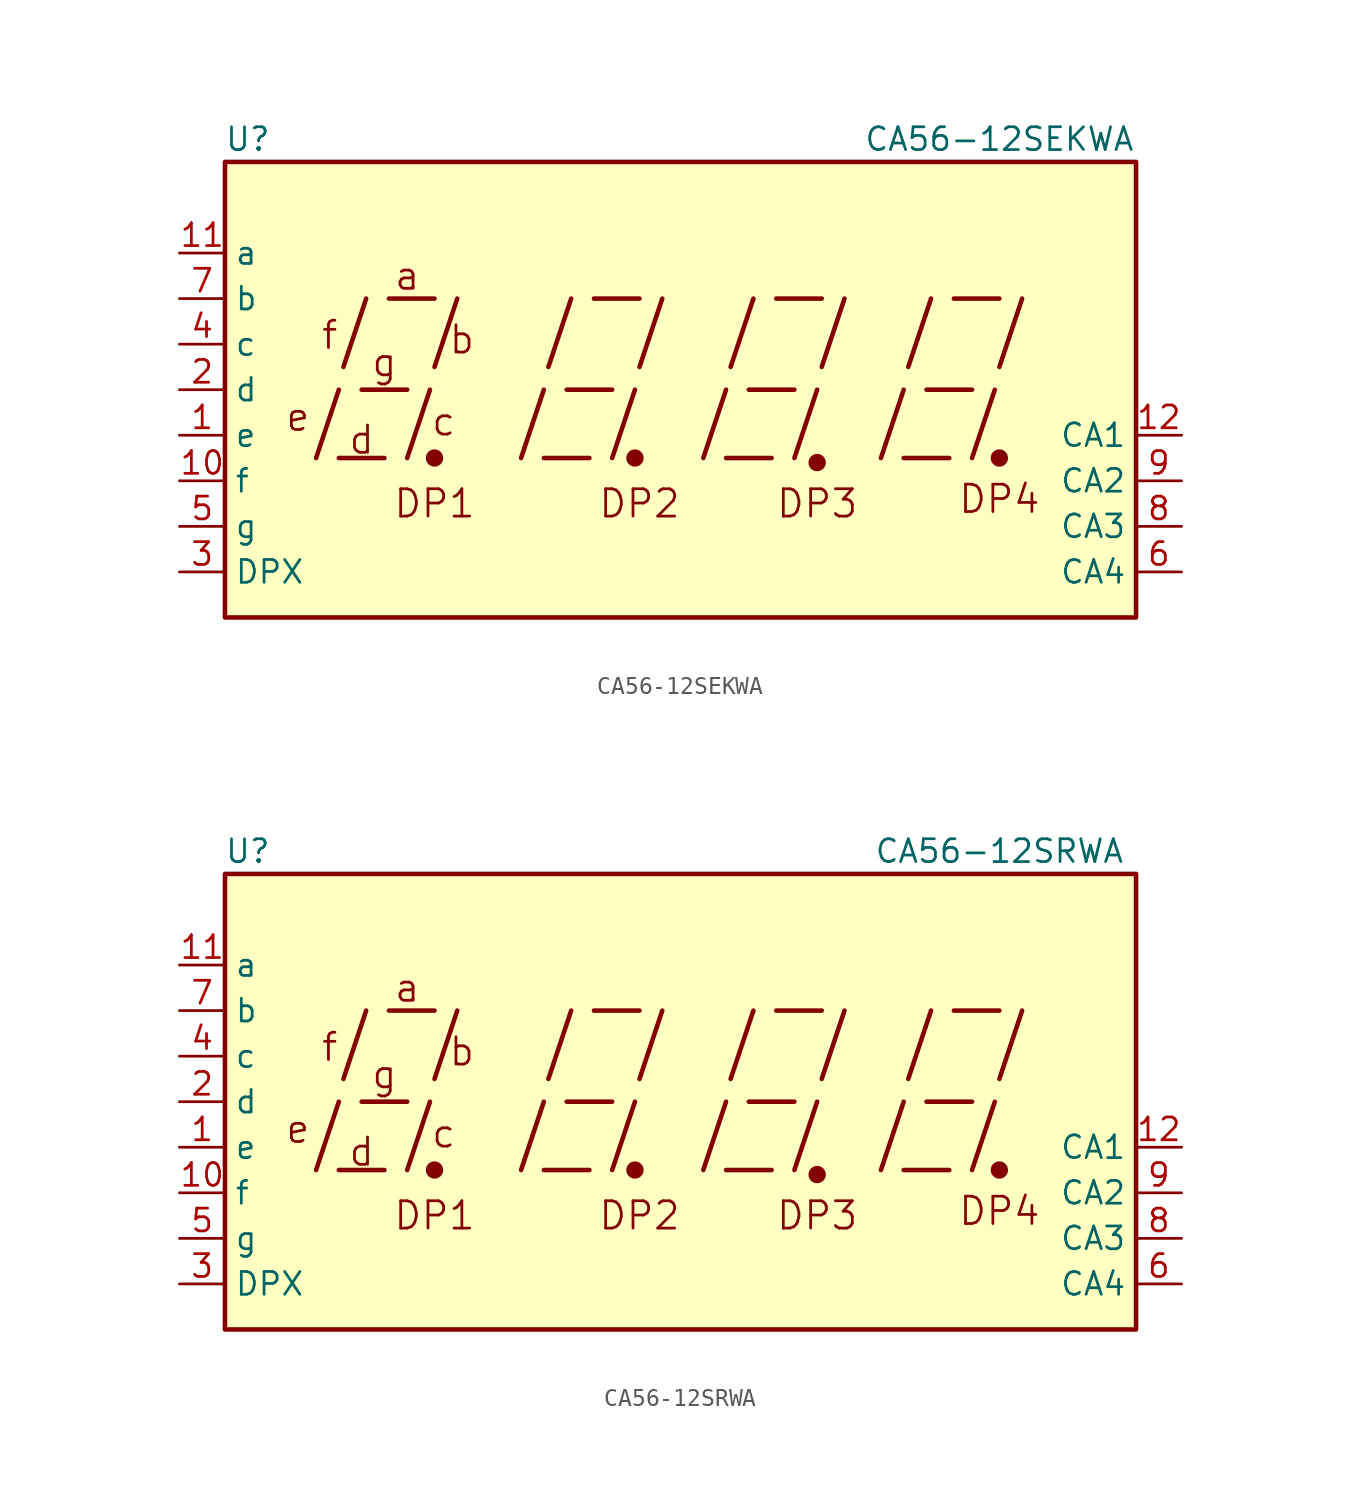
<source format=kicad_sym>
(kicad_symbol_lib
  (version 20200908)
  (generator kicad_symbol_editor)
  (symbol "Display_Character:CA56-12SEKWA"
    (property "Reference" "U"
      (at -24.13 13.97 0)
      (effects (font (size 1.27 1.27))))
    (property "Value" "CA56-12SEKWA"
      (at 17.78 13.97 0)
      (effects (font (size 1.27 1.27))))
    (symbol "CA56-12SEKWA_1_0"
      (circle (center 7.62 -4.064) (radius 0.356) (stroke (width 0.254)) (fill (type outline)))
      (circle (center 17.78 -3.81) (radius 0.356) (stroke (width 0.254)) (fill (type outline))))
    (symbol "CA56-12SEKWA_0_1"
      (circle (center -13.716 -3.81) (radius 0.356) (stroke (width 0.254)) (fill (type outline)))
      (circle (center -2.54 -3.81) (radius 0.356) (stroke (width 0.254)) (fill (type outline))))
    (symbol "CA56-12SEKWA_0_0"
      (text "a" (at -15.24 6.35 0) (effects (font (size 1.524 1.524))))
      (text "b" (at -12.192 2.794 0) (effects (font (size 1.524 1.524))))
      (text "c" (at -13.208 -1.778 0) (effects (font (size 1.524 1.524))))
      (text "d" (at -17.78 -2.794 0) (effects (font (size 1.524 1.524))))
      (text "DP1" (at -13.716 -6.35 0) (effects (font (size 1.524 1.524))))
      (text "DP2" (at -2.286 -6.35 0) (effects (font (size 1.524 1.524))))
      (text "DP3" (at 7.62 -6.35 0) (effects (font (size 1.524 1.524))))
      (text "DP4" (at 17.78 -6.096 0) (effects (font (size 1.524 1.524))))
      (text "e" (at -21.336 -1.524 0) (effects (font (size 1.524 1.524))))
      (text "f" (at -19.558 3.048 0) (effects (font (size 1.524 1.524))))
      (text "g" (at -16.51 1.524 0) (effects (font (size 1.524 1.524))))
      (rectangle (start -25.4 12.7) (end 25.4 -12.7) (stroke (width 0.254)) (fill (type background)))
      (polyline (pts (xy -20.32 -3.81) (xy -19.05 0)) (stroke (width 0.254)) (fill (type none)))
      (polyline (pts (xy -19.05 -3.81) (xy -16.51 -3.81)) (stroke (width 0.254)) (fill (type none)))
      (polyline (pts (xy -18.796 1.27) (xy -17.526 5.08)) (stroke (width 0.254)) (fill (type none)))
      (polyline (pts (xy -17.78 0) (xy -15.24 0)) (stroke (width 0.254)) (fill (type none)))
      (polyline (pts (xy -16.256 5.08) (xy -13.716 5.08)) (stroke (width 0.254)) (fill (type none)))
      (polyline (pts (xy -15.24 -3.81) (xy -13.97 0)) (stroke (width 0.254)) (fill (type none)))
      (polyline (pts (xy -13.716 1.27) (xy -12.446 5.08)) (stroke (width 0.254)) (fill (type none)))
      (polyline (pts (xy -8.89 -3.81) (xy -7.62 0)) (stroke (width 0.254)) (fill (type none)))
      (polyline (pts (xy -7.62 -3.81) (xy -5.08 -3.81)) (stroke (width 0.254)) (fill (type none)))
      (polyline (pts (xy -7.366 1.27) (xy -6.096 5.08)) (stroke (width 0.254)) (fill (type none)))
      (polyline (pts (xy -6.35 0) (xy -3.81 0)) (stroke (width 0.254)) (fill (type none)))
      (polyline (pts (xy -4.826 5.08) (xy -2.286 5.08)) (stroke (width 0.254)) (fill (type none)))
      (polyline (pts (xy -3.81 -3.81) (xy -2.54 0)) (stroke (width 0.254)) (fill (type none)))
      (polyline (pts (xy -2.286 1.27) (xy -1.016 5.08)) (stroke (width 0.254)) (fill (type none)))
      (polyline (pts (xy 1.27 -3.81) (xy 2.54 0)) (stroke (width 0.254)) (fill (type none)))
      (polyline (pts (xy 2.54 -3.81) (xy 5.08 -3.81)) (stroke (width 0.254)) (fill (type none)))
      (polyline (pts (xy 2.794 1.27) (xy 4.064 5.08)) (stroke (width 0.254)) (fill (type none)))
      (polyline (pts (xy 3.81 0) (xy 6.35 0)) (stroke (width 0.254)) (fill (type none)))
      (polyline (pts (xy 5.334 5.08) (xy 7.874 5.08)) (stroke (width 0.254)) (fill (type none)))
      (polyline (pts (xy 6.35 -3.81) (xy 7.62 0)) (stroke (width 0.254)) (fill (type none)))
      (polyline (pts (xy 7.874 1.27) (xy 9.144 5.08)) (stroke (width 0.254)) (fill (type none)))
      (polyline (pts (xy 11.176 -3.81) (xy 12.446 0)) (stroke (width 0.254)) (fill (type none)))
      (polyline (pts (xy 12.446 -3.81) (xy 14.986 -3.81)) (stroke (width 0.254)) (fill (type none)))
      (polyline (pts (xy 12.7 1.27) (xy 13.97 5.08)) (stroke (width 0.254)) (fill (type none)))
      (polyline (pts (xy 13.716 0) (xy 16.256 0)) (stroke (width 0.254)) (fill (type none)))
      (polyline (pts (xy 15.24 5.08) (xy 17.78 5.08)) (stroke (width 0.254)) (fill (type none)))
      (polyline (pts (xy 16.256 -3.81) (xy 17.526 0)) (stroke (width 0.254)) (fill (type none)))
      (polyline (pts (xy 17.78 1.27) (xy 19.05 5.08)) (stroke (width 0.254)) (fill (type none))))
    (symbol "CA56-12SEKWA_1_1"
      (pin input line (at -27.94 -2.54 0) (length 2.54) (name "e" (effects (font (size 1.27 1.27)))) (number "1" (effects (font (size 1.27 1.27)))))
      (pin input line (at -27.94 -5.08 0) (length 2.54) (name "f" (effects (font (size 1.27 1.27)))) (number "10" (effects (font (size 1.27 1.27)))))
      (pin input line (at -27.94 7.62 0) (length 2.54) (name "a" (effects (font (size 1.27 1.27)))) (number "11" (effects (font (size 1.27 1.27)))))
      (pin input line (at 27.94 -2.54 180) (length 2.54) (name "CA1" (effects (font (size 1.27 1.27)))) (number "12" (effects (font (size 1.27 1.27)))))
      (pin input line (at -27.94 0 0) (length 2.54) (name "d" (effects (font (size 1.27 1.27)))) (number "2" (effects (font (size 1.27 1.27)))))
      (pin input line (at -27.94 -10.16 0) (length 2.54) (name "DPX" (effects (font (size 1.27 1.27)))) (number "3" (effects (font (size 1.27 1.27)))))
      (pin input line (at -27.94 2.54 0) (length 2.54) (name "c" (effects (font (size 1.27 1.27)))) (number "4" (effects (font (size 1.27 1.27)))))
      (pin input line (at -27.94 -7.62 0) (length 2.54) (name "g" (effects (font (size 1.27 1.27)))) (number "5" (effects (font (size 1.27 1.27)))))
      (pin input line (at 27.94 -10.16 180) (length 2.54) (name "CA4" (effects (font (size 1.27 1.27)))) (number "6" (effects (font (size 1.27 1.27)))))
      (pin input line (at -27.94 5.08 0) (length 2.54) (name "b" (effects (font (size 1.27 1.27)))) (number "7" (effects (font (size 1.27 1.27)))))
      (pin input line (at 27.94 -7.62 180) (length 2.54) (name "CA3" (effects (font (size 1.27 1.27)))) (number "8" (effects (font (size 1.27 1.27)))))
      (pin input line (at 27.94 -5.08 180) (length 2.54) (name "CA2" (effects (font (size 1.27 1.27)))) (number "9" (effects (font (size 1.27 1.27)))))))
  (symbol "Display_Character:CA56-12SRWA"
    (property "Reference" "U"
      (at -24.13 13.97 0)
      (effects (font (size 1.27 1.27))))
    (property "Value" "CA56-12SRWA"
      (at 17.78 13.97 0)
      (effects (font (size 1.27 1.27))))
    (symbol "CA56-12SRWA_1_0"
      (circle (center 7.62 -4.064) (radius 0.356) (stroke (width 0.254)) (fill (type outline)))
      (circle (center 17.78 -3.81) (radius 0.356) (stroke (width 0.254)) (fill (type outline))))
    (symbol "CA56-12SRWA_0_1"
      (circle (center -13.716 -3.81) (radius 0.356) (stroke (width 0.254)) (fill (type outline)))
      (circle (center -2.54 -3.81) (radius 0.356) (stroke (width 0.254)) (fill (type outline))))
    (symbol "CA56-12SRWA_0_0"
      (text "a" (at -15.24 6.35 0) (effects (font (size 1.524 1.524))))
      (text "b" (at -12.192 2.794 0) (effects (font (size 1.524 1.524))))
      (text "c" (at -13.208 -1.778 0) (effects (font (size 1.524 1.524))))
      (text "d" (at -17.78 -2.794 0) (effects (font (size 1.524 1.524))))
      (text "DP1" (at -13.716 -6.35 0) (effects (font (size 1.524 1.524))))
      (text "DP2" (at -2.286 -6.35 0) (effects (font (size 1.524 1.524))))
      (text "DP3" (at 7.62 -6.35 0) (effects (font (size 1.524 1.524))))
      (text "DP4" (at 17.78 -6.096 0) (effects (font (size 1.524 1.524))))
      (text "e" (at -21.336 -1.524 0) (effects (font (size 1.524 1.524))))
      (text "f" (at -19.558 3.048 0) (effects (font (size 1.524 1.524))))
      (text "g" (at -16.51 1.524 0) (effects (font (size 1.524 1.524))))
      (rectangle (start -25.4 12.7) (end 25.4 -12.7) (stroke (width 0.254)) (fill (type background)))
      (polyline (pts (xy -20.32 -3.81) (xy -19.05 0)) (stroke (width 0.254)) (fill (type none)))
      (polyline (pts (xy -19.05 -3.81) (xy -16.51 -3.81)) (stroke (width 0.254)) (fill (type none)))
      (polyline (pts (xy -18.796 1.27) (xy -17.526 5.08)) (stroke (width 0.254)) (fill (type none)))
      (polyline (pts (xy -17.78 0) (xy -15.24 0)) (stroke (width 0.254)) (fill (type none)))
      (polyline (pts (xy -16.256 5.08) (xy -13.716 5.08)) (stroke (width 0.254)) (fill (type none)))
      (polyline (pts (xy -15.24 -3.81) (xy -13.97 0)) (stroke (width 0.254)) (fill (type none)))
      (polyline (pts (xy -13.716 1.27) (xy -12.446 5.08)) (stroke (width 0.254)) (fill (type none)))
      (polyline (pts (xy -8.89 -3.81) (xy -7.62 0)) (stroke (width 0.254)) (fill (type none)))
      (polyline (pts (xy -7.62 -3.81) (xy -5.08 -3.81)) (stroke (width 0.254)) (fill (type none)))
      (polyline (pts (xy -7.366 1.27) (xy -6.096 5.08)) (stroke (width 0.254)) (fill (type none)))
      (polyline (pts (xy -6.35 0) (xy -3.81 0)) (stroke (width 0.254)) (fill (type none)))
      (polyline (pts (xy -4.826 5.08) (xy -2.286 5.08)) (stroke (width 0.254)) (fill (type none)))
      (polyline (pts (xy -3.81 -3.81) (xy -2.54 0)) (stroke (width 0.254)) (fill (type none)))
      (polyline (pts (xy -2.286 1.27) (xy -1.016 5.08)) (stroke (width 0.254)) (fill (type none)))
      (polyline (pts (xy 1.27 -3.81) (xy 2.54 0)) (stroke (width 0.254)) (fill (type none)))
      (polyline (pts (xy 2.54 -3.81) (xy 5.08 -3.81)) (stroke (width 0.254)) (fill (type none)))
      (polyline (pts (xy 2.794 1.27) (xy 4.064 5.08)) (stroke (width 0.254)) (fill (type none)))
      (polyline (pts (xy 3.81 0) (xy 6.35 0)) (stroke (width 0.254)) (fill (type none)))
      (polyline (pts (xy 5.334 5.08) (xy 7.874 5.08)) (stroke (width 0.254)) (fill (type none)))
      (polyline (pts (xy 6.35 -3.81) (xy 7.62 0)) (stroke (width 0.254)) (fill (type none)))
      (polyline (pts (xy 7.874 1.27) (xy 9.144 5.08)) (stroke (width 0.254)) (fill (type none)))
      (polyline (pts (xy 11.176 -3.81) (xy 12.446 0)) (stroke (width 0.254)) (fill (type none)))
      (polyline (pts (xy 12.446 -3.81) (xy 14.986 -3.81)) (stroke (width 0.254)) (fill (type none)))
      (polyline (pts (xy 12.7 1.27) (xy 13.97 5.08)) (stroke (width 0.254)) (fill (type none)))
      (polyline (pts (xy 13.716 0) (xy 16.256 0)) (stroke (width 0.254)) (fill (type none)))
      (polyline (pts (xy 15.24 5.08) (xy 17.78 5.08)) (stroke (width 0.254)) (fill (type none)))
      (polyline (pts (xy 16.256 -3.81) (xy 17.526 0)) (stroke (width 0.254)) (fill (type none)))
      (polyline (pts (xy 17.78 1.27) (xy 19.05 5.08)) (stroke (width 0.254)) (fill (type none))))
    (symbol "CA56-12SRWA_1_1"
      (pin input line (at -27.94 -2.54 0) (length 2.54) (name "e" (effects (font (size 1.27 1.27)))) (number "1" (effects (font (size 1.27 1.27)))))
      (pin input line (at -27.94 -5.08 0) (length 2.54) (name "f" (effects (font (size 1.27 1.27)))) (number "10" (effects (font (size 1.27 1.27)))))
      (pin input line (at -27.94 7.62 0) (length 2.54) (name "a" (effects (font (size 1.27 1.27)))) (number "11" (effects (font (size 1.27 1.27)))))
      (pin input line (at 27.94 -2.54 180) (length 2.54) (name "CA1" (effects (font (size 1.27 1.27)))) (number "12" (effects (font (size 1.27 1.27)))))
      (pin input line (at -27.94 0 0) (length 2.54) (name "d" (effects (font (size 1.27 1.27)))) (number "2" (effects (font (size 1.27 1.27)))))
      (pin input line (at -27.94 -10.16 0) (length 2.54) (name "DPX" (effects (font (size 1.27 1.27)))) (number "3" (effects (font (size 1.27 1.27)))))
      (pin input line (at -27.94 2.54 0) (length 2.54) (name "c" (effects (font (size 1.27 1.27)))) (number "4" (effects (font (size 1.27 1.27)))))
      (pin input line (at -27.94 -7.62 0) (length 2.54) (name "g" (effects (font (size 1.27 1.27)))) (number "5" (effects (font (size 1.27 1.27)))))
      (pin input line (at 27.94 -10.16 180) (length 2.54) (name "CA4" (effects (font (size 1.27 1.27)))) (number "6" (effects (font (size 1.27 1.27)))))
      (pin input line (at -27.94 5.08 0) (length 2.54) (name "b" (effects (font (size 1.27 1.27)))) (number "7" (effects (font (size 1.27 1.27)))))
      (pin input line (at 27.94 -7.62 180) (length 2.54) (name "CA3" (effects (font (size 1.27 1.27)))) (number "8" (effects (font (size 1.27 1.27)))))
      (pin input line (at 27.94 -5.08 180) (length 2.54) (name "CA2" (effects (font (size 1.27 1.27)))) (number "9" (effects (font (size 1.27 1.27))))))))
</source>
